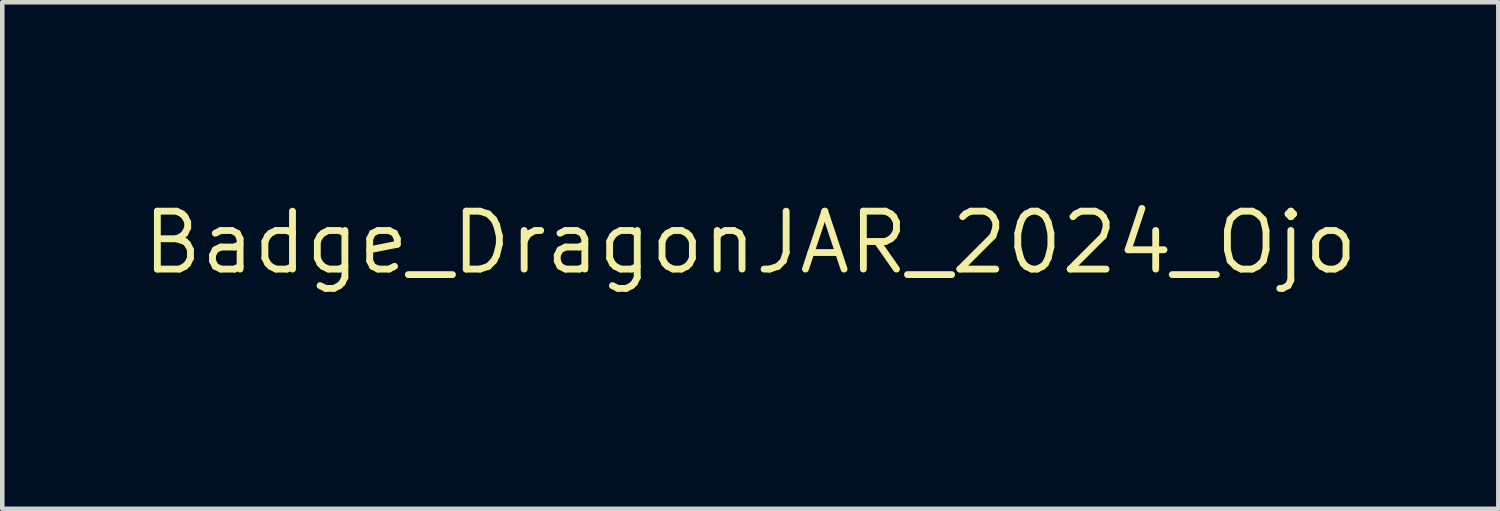
<source format=kicad_pcb>
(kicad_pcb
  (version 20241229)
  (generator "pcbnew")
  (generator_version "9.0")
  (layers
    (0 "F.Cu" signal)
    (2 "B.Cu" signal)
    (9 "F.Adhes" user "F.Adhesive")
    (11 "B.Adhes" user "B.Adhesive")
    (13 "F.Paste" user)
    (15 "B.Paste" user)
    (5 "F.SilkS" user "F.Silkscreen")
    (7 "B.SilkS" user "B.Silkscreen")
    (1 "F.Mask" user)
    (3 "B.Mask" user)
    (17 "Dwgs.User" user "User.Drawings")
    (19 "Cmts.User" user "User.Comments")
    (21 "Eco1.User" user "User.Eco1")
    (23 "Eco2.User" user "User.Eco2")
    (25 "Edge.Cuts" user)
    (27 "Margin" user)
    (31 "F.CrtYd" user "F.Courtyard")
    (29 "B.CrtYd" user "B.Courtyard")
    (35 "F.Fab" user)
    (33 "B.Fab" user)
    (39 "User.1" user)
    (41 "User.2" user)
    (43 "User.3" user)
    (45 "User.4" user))
  (footprint "Badge_DragonJAR_2024_Ojo"
    (layer "F.Cu")
    (at 13.403 2.271)
    (property "Reference" "Badge_DragonJAR_2024_Ojo" (at 0 0 0) (layer "F.SilkS") (effects (font (size 1.27 1.27) (thickness 0.15))))
    (attr through_hole)
    (fp_poly (pts (xy -1.964 -2.25) (xy -1.575 -2.196) (xy -1.176 -2.104) (xy -0.768 -1.973) (xy -0.352 -1.805) (xy 0.073 -1.599) (xy 0.504 -1.356) (xy 0.941 -1.076) (xy 1.383 -0.76) (xy 1.83 -0.408) (xy 2.281 -0.019) (xy 2.735 0.405) (xy 2.771 0.44) (xy 3.124 0.796) (xy 3.474 1.172) (xy 3.813 1.558) (xy 4.13 1.943) (xy 4.324 2.191) (xy 4.4 2.293) (xy 4.453 2.37) (xy 4.487 2.429) (xy 4.506 2.477) (xy 4.515 2.521) (xy 4.508 2.627) (xy 4.465 2.718) (xy 4.394 2.786) (xy 4.299 2.825) (xy 4.234 2.831) (xy 4.202 2.826) (xy 4.149 2.811) (xy 4.074 2.784) (xy 3.973 2.745) (xy 3.845 2.692) (xy 3.686 2.625) (xy 3.494 2.542) (xy 3.282 2.449) (xy 3.098 2.368) (xy 2.883 2.273) (xy 2.643 2.168) (xy 2.384 2.054) (xy 2.115 1.936) (xy 1.841 1.815) (xy 1.57 1.696) (xy 1.309 1.581) (xy 1.144 1.509) (xy 0.583 1.262) (xy 0.059 1.032) (xy -0.428 0.818) (xy -0.88 0.619) (xy -1.299 0.435) (xy -1.685 0.265) (xy -2.04 0.109) (xy -2.365 -0.035) (xy -2.661 -0.165) (xy -2.929 -0.284) (xy -3.172 -0.391) (xy -3.389 -0.488) (xy -3.583 -0.574) (xy -3.754 -0.65) (xy -3.904 -0.717) (xy -4.034 -0.775) (xy -4.145 -0.826) (xy -4.239 -0.868) (xy -4.317 -0.904) (xy -4.379 -0.934) (xy -4.428 -0.957) (xy -4.465 -0.975) (xy -4.49 -0.989) (xy -4.505 -0.998) (xy -4.51 -1.002) (xy -4.564 -1.079) (xy -4.591 -1.174) (xy -4.586 -1.269) (xy -4.581 -1.286) (xy -4.542 -1.356) (xy -4.468 -1.439) (xy -4.365 -1.53) (xy -4.239 -1.627) (xy -4.094 -1.725) (xy -3.936 -1.821) (xy -3.77 -1.912) (xy -3.601 -1.995) (xy -3.434 -2.065) (xy -3.404 -2.076) (xy -3.063 -2.179) (xy -2.708 -2.242) (xy -2.342 -2.265) (xy -1.964 -2.25)) (stroke (width 0.01) (type solid)) (fill yes) (layer "F.Mask"))
    (fp_poly (pts (xy -1.965 -2.251) (xy -1.576 -2.197) (xy -1.177 -2.104) (xy -0.769 -1.974) (xy -0.352 -1.805) (xy 0.072 -1.6) (xy 0.503 -1.357) (xy 0.94 -1.077) (xy 1.382 -0.761) (xy 1.829 -0.408) (xy 2.28 -0.02) (xy 2.734 0.404) (xy 2.77 0.439) (xy 3.123 0.795) (xy 3.473 1.172) (xy 3.812 1.558) (xy 4.129 1.942) (xy 4.323 2.19) (xy 4.399 2.292) (xy 4.452 2.369) (xy 4.486 2.428) (xy 4.505 2.477) (xy 4.514 2.52) (xy 4.507 2.627) (xy 4.464 2.718) (xy 4.393 2.786) (xy 4.298 2.824) (xy 4.233 2.831) (xy 4.201 2.826) (xy 4.148 2.81) (xy 4.073 2.784) (xy 3.972 2.745) (xy 3.844 2.692) (xy 3.685 2.624) (xy 3.494 2.541) (xy 3.281 2.448) (xy 3.097 2.367) (xy 2.882 2.273) (xy 2.642 2.167) (xy 2.383 2.053) (xy 2.114 1.935) (xy 1.84 1.815) (xy 1.569 1.695) (xy 1.308 1.58) (xy 1.143 1.508) (xy 0.582 1.262) (xy 0.058 1.031) (xy -0.429 0.817) (xy -0.881 0.618) (xy -1.3 0.434) (xy -1.686 0.264) (xy -2.041 0.108) (xy -2.366 -0.035) (xy -2.662 -0.166) (xy -2.93 -0.285) (xy -3.173 -0.392) (xy -3.39 -0.488) (xy -3.584 -0.574) (xy -3.755 -0.65) (xy -3.905 -0.718) (xy -4.035 -0.776) (xy -4.146 -0.826) (xy -4.24 -0.869) (xy -4.318 -0.905) (xy -4.38 -0.934) (xy -4.429 -0.958) (xy -4.465 -0.976) (xy -4.491 -0.989) (xy -4.506 -0.999) (xy -4.511 -1.003) (xy -4.565 -1.079) (xy -4.592 -1.174) (xy -4.587 -1.27) (xy -4.582 -1.286) (xy -4.543 -1.357) (xy -4.469 -1.44) (xy -4.366 -1.531) (xy -4.24 -1.628) (xy -4.095 -1.726) (xy -3.937 -1.822) (xy -3.771 -1.913) (xy -3.602 -1.995) (xy -3.435 -2.065) (xy -3.405 -2.076) (xy -3.064 -2.179) (xy -2.709 -2.242) (xy -2.343 -2.266) (xy -1.965 -2.251)) (stroke (width 0.01) (type solid)) (fill yes) (layer "B.Mask")))
  (gr_rect
    (start -3 -3)
    (end 29.806 8.107)
    (stroke (width 0.1) (type default))
    (fill no)
    (layer "Edge.Cuts")))
</source>
